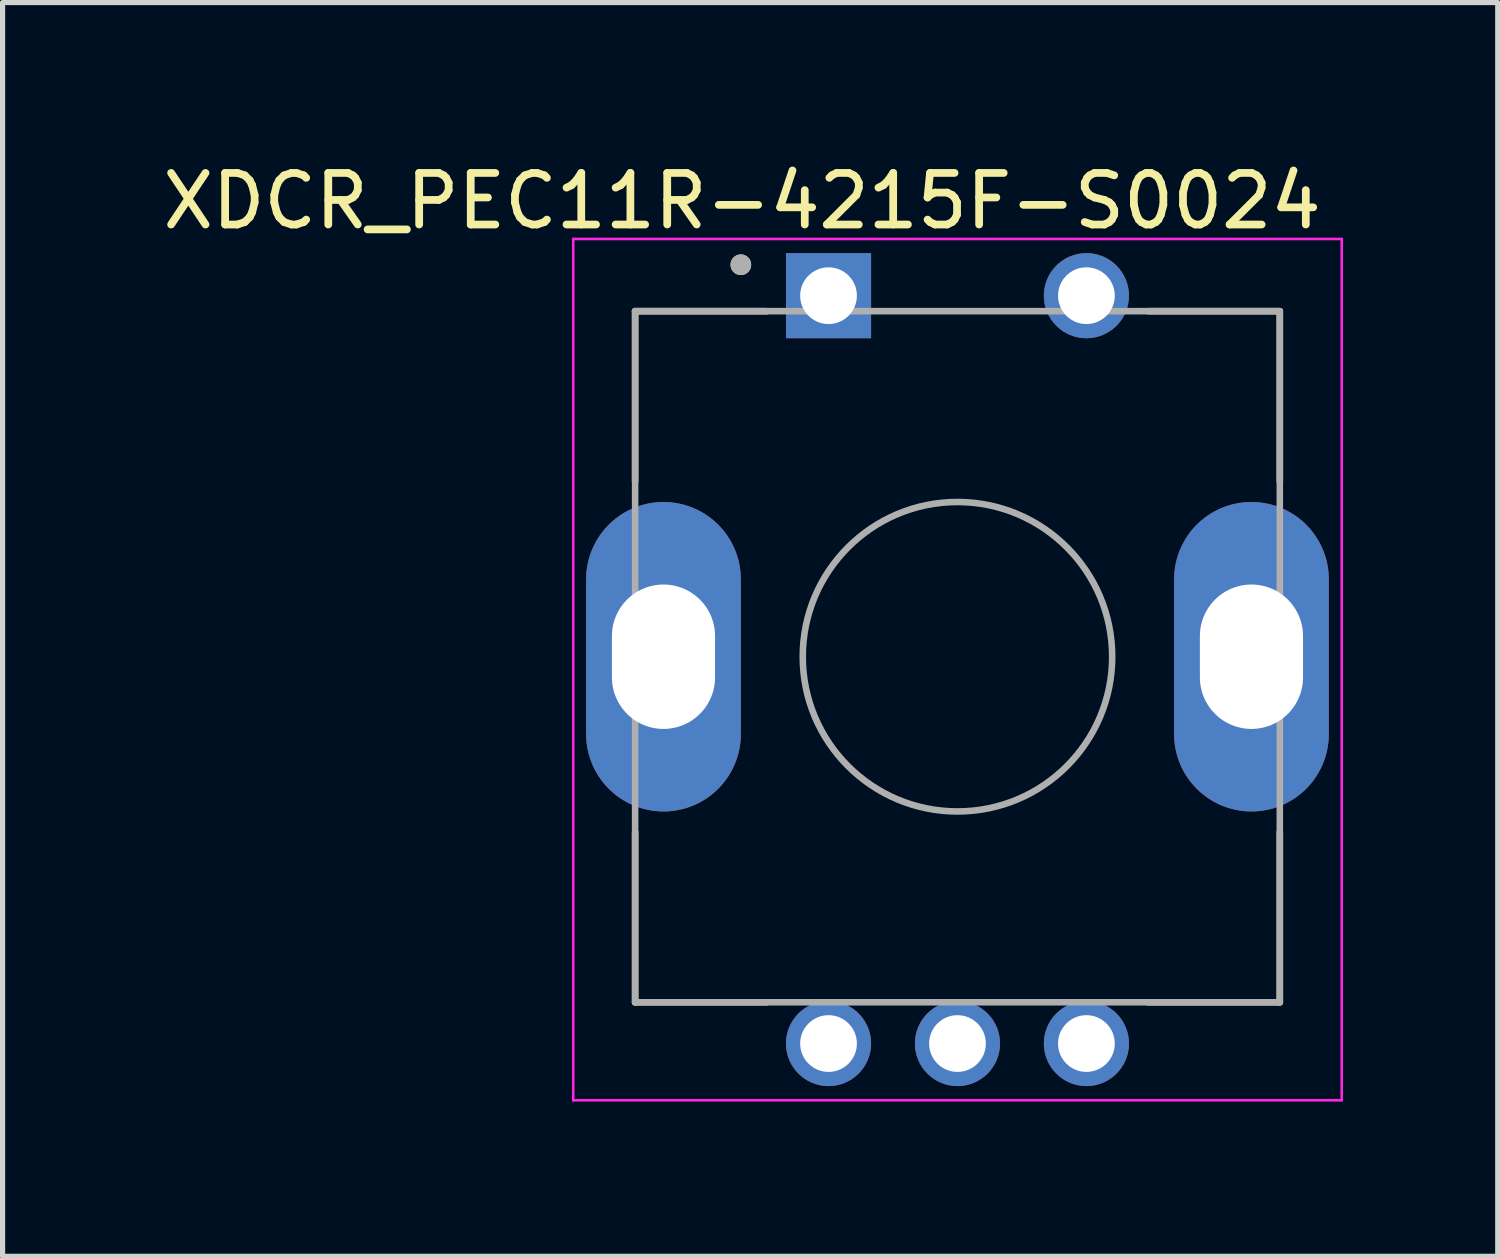
<source format=kicad_pcb>
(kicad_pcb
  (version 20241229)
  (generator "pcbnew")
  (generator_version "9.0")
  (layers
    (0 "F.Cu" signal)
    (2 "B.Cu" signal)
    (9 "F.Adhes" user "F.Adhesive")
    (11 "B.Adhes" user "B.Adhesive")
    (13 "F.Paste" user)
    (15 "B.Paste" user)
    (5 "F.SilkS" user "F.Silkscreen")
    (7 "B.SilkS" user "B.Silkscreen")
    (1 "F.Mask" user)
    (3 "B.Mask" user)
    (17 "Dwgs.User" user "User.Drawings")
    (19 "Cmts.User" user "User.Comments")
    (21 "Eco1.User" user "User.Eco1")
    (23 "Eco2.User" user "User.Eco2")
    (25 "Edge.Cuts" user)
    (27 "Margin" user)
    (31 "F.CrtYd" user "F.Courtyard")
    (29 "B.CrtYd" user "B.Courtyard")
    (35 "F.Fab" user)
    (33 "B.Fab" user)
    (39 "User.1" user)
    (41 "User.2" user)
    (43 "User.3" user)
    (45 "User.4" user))
  (footprint "XDCR_PEC11R-4215F-S0024"
    (layer "F.Cu")
    (at 15.514 9.683)
    (property "Reference" "XDCR_PEC11R-4215F-S0024" (at -4.175 -8.835 0) (layer "F.SilkS") (effects (font (size 1 1) (thickness 0.15))))
    (attr through_hole)
    (fp_line (start -6.25 -6.7) (end -3.7 -6.7) (stroke (width 0.127) (type solid)) (layer "F.SilkS"))
    (fp_line (start -6.25 -3.4) (end -6.25 -6.7) (stroke (width 0.127) (type solid)) (layer "F.SilkS"))
    (fp_line (start -6.25 3.4) (end -6.25 6.7) (stroke (width 0.127) (type solid)) (layer "F.SilkS"))
    (fp_line (start -6.25 6.7) (end -3.7 6.7) (stroke (width 0.127) (type solid)) (layer "F.SilkS"))
    (fp_line (start 3.7 -6.7) (end 6.25 -6.7) (stroke (width 0.127) (type solid)) (layer "F.SilkS"))
    (fp_line (start 3.7 6.7) (end 6.25 6.7) (stroke (width 0.127) (type solid)) (layer "F.SilkS"))
    (fp_line (start 6.25 -6.7) (end 6.25 -3.4) (stroke (width 0.127) (type solid)) (layer "F.SilkS"))
    (fp_line (start 6.25 6.7) (end 6.25 3.4) (stroke (width 0.127) (type solid)) (layer "F.SilkS"))
    (fp_circle (center -4.2 -7.6) (end -4.1 -7.6) (stroke (width 0.2) (type solid)) (fill no) (layer "F.SilkS"))
    (fp_line (start -7.45 -8.1) (end -7.45 8.6) (stroke (width 0.05) (type solid)) (layer "F.CrtYd"))
    (fp_line (start -7.45 8.6) (end 7.45 8.6) (stroke (width 0.05) (type solid)) (layer "F.CrtYd"))
    (fp_line (start 7.45 -8.1) (end -7.45 -8.1) (stroke (width 0.05) (type solid)) (layer "F.CrtYd"))
    (fp_line (start 7.45 8.6) (end 7.45 -8.1) (stroke (width 0.05) (type solid)) (layer "F.CrtYd"))
    (fp_line (start -6.25 -6.7) (end 6.25 -6.7) (stroke (width 0.127) (type solid)) (layer "F.Fab"))
    (fp_line (start -6.25 6.7) (end -6.25 -6.7) (stroke (width 0.127) (type solid)) (layer "F.Fab"))
    (fp_line (start 6.25 -6.7) (end 6.25 6.7) (stroke (width 0.127) (type solid)) (layer "F.Fab"))
    (fp_line (start 6.25 6.7) (end -6.25 6.7) (stroke (width 0.127) (type solid)) (layer "F.Fab"))
    (fp_circle (center -4.2 -7.6) (end -4.1 -7.6) (stroke (width 0.2) (type solid)) (fill no) (layer "F.Fab"))
    (fp_circle (center 0 0) (end 3 0) (stroke (width 0.127) (type solid)) (fill no) (layer "F.Fab"))
    (pad "A" thru_hole circle (at -2.5 7.5) (size 1.65 1.65) (drill 1.1) (layers "*.Cu" "*.Mask"))
    (pad "B" thru_hole circle (at 2.5 7.5) (size 1.65 1.65) (drill 1.1) (layers "*.Cu" "*.Mask"))
    (pad "COM" thru_hole circle (at 0 7.5) (size 1.65 1.65) (drill 1.1) (layers "*.Cu" "*.Mask"))
    (pad "SH" thru_hole oval (at -5.7 0) (size 3 6) (drill oval 2 2.8) (layers "*.Cu" "*.Mask"))
    (pad "SH" thru_hole oval (at 5.7 0) (size 3 6) (drill oval 2 2.8) (layers "*.Cu" "*.Mask"))
    (pad "SW1" thru_hole rect (at -2.5 -7) (size 1.65 1.65) (drill 1.1) (layers "*.Cu" "*.Mask"))
    (pad "SW2" thru_hole circle (at 2.5 -7) (size 1.65 1.65) (drill 1.1) (layers "*.Cu" "*.Mask")))
  (gr_rect
    (start -3 -3)
    (end 25.989 21.308)
    (stroke (width 0.1) (type default))
    (fill no)
    (layer "Edge.Cuts")))
</source>
